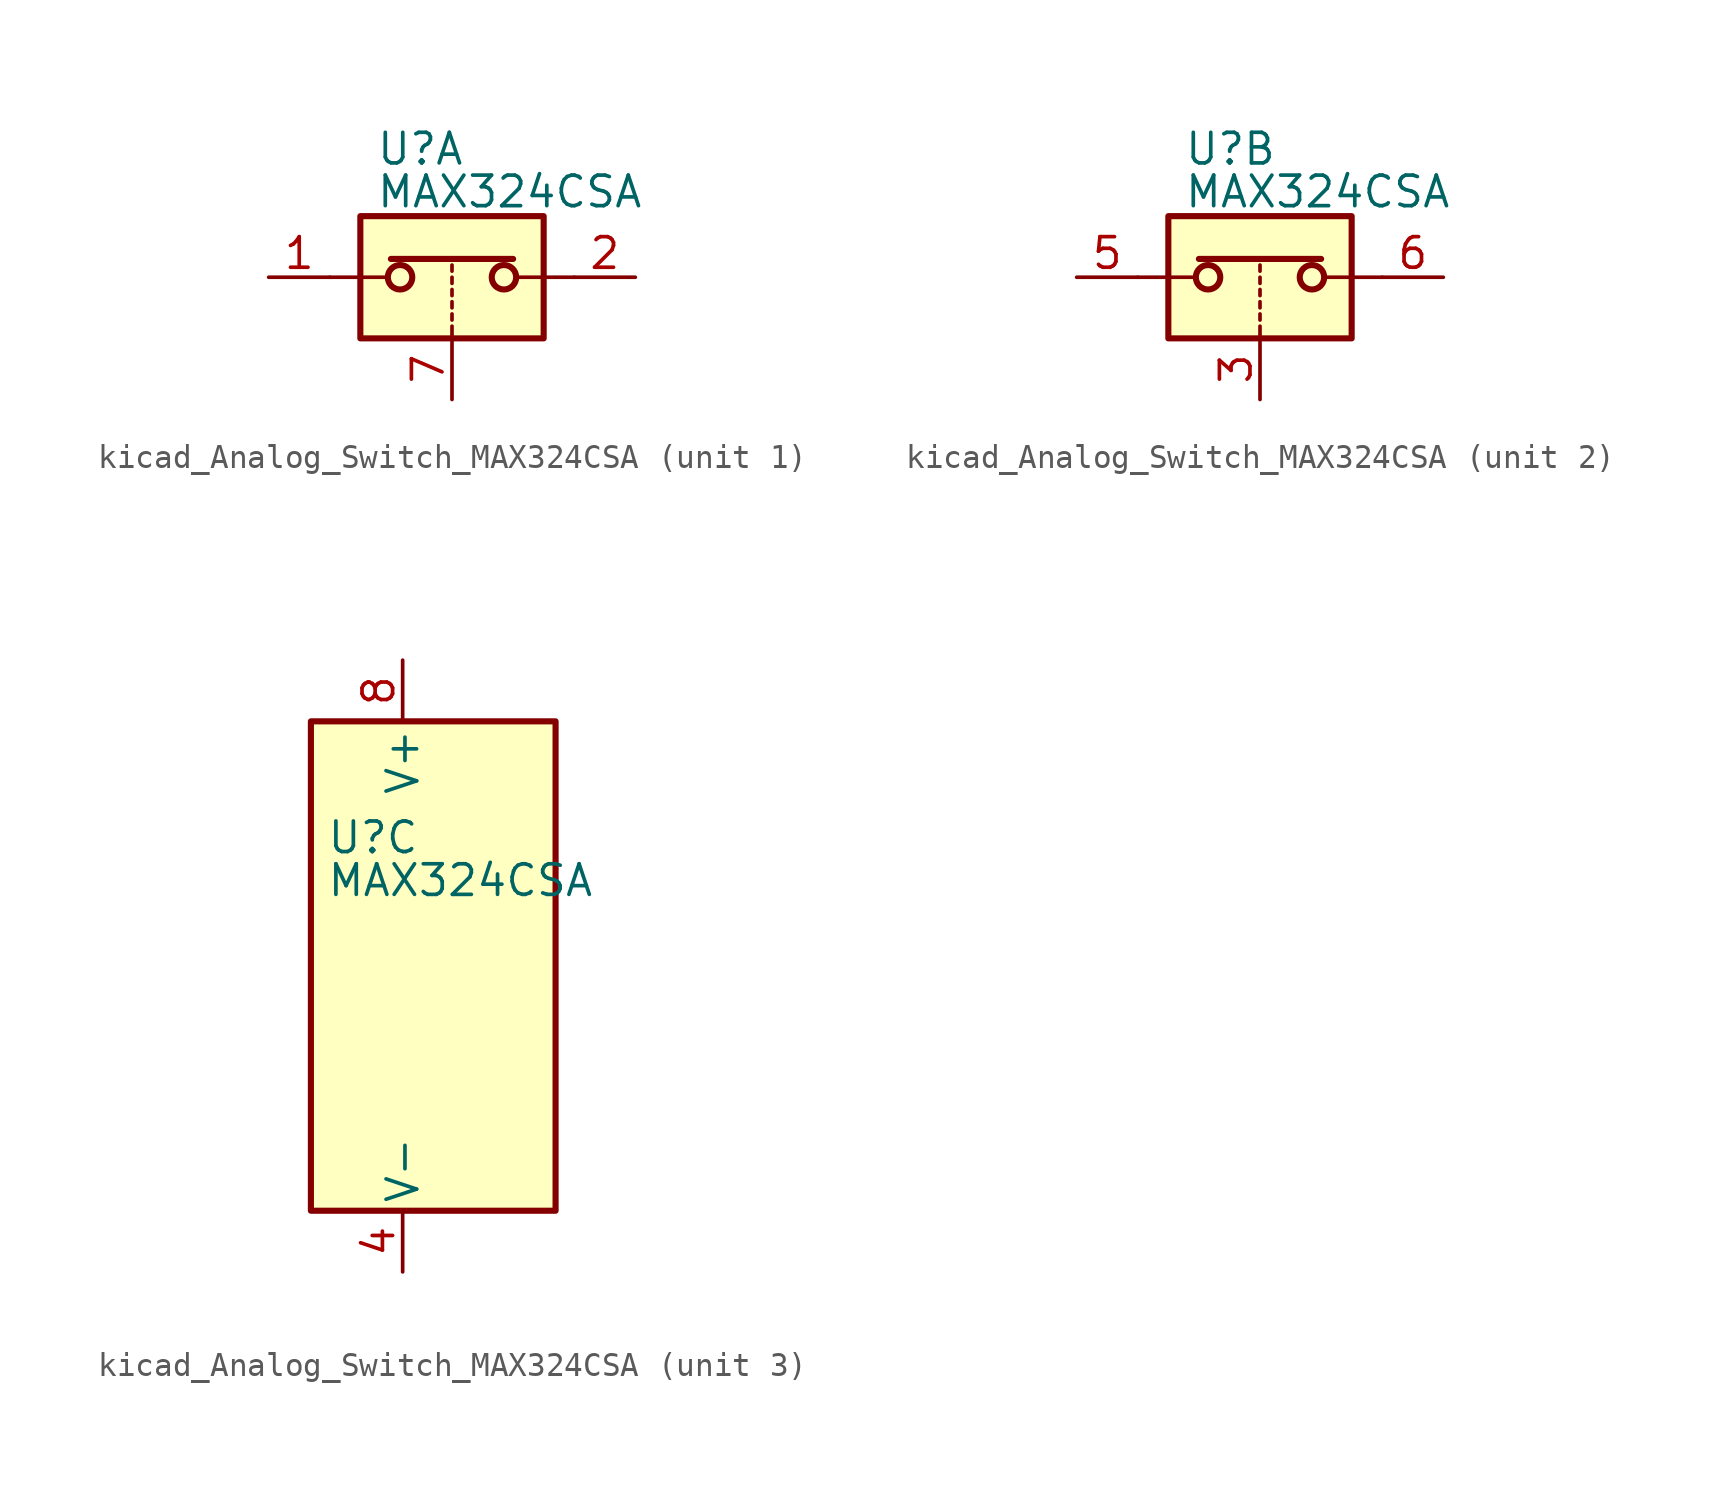
<source format=kicad_sym>
(kicad_symbol_lib
  (version 20220914)
  (generator kicad_symbol_editor)
  (symbol "kicad_Analog_Switch_MAX324CSA"
    (pin_names
      (offset 0.254))
    (property "Reference" "U"
      (at -3.175 5.334 0)
      (effects (font (size 1.27 1.27)) (justify left)))
    (property "Value" "MAX324CSA"
      (at -3.175 3.556 0)
      (effects (font (size 1.27 1.27)) (justify left)))
    (symbol "kicad_Analog_Switch_MAX324CSA_1_1"
      (rectangle (start -3.81 2.54) (end 3.81 -2.54) (stroke (width 0.254) (type default)) (fill (type background)))
      (circle (center -2.159 0) (radius 0.508) (stroke (width 0.254) (type default)) (fill (type none)))
      (polyline (pts (xy -5.08 0) (xy -2.794 0)) (stroke (width 0) (type default)) (fill (type none)))
      (polyline (pts (xy -2.54 0.762) (xy 2.54 0.762)) (stroke (width 0.254) (type default)) (fill (type none)))
      (polyline (pts (xy 0 -2.54) (xy 0 -2.032)) (stroke (width 0) (type default)) (fill (type none)))
      (polyline (pts (xy 0 -1.778) (xy 0 -1.524)) (stroke (width 0) (type default)) (fill (type none)))
      (polyline (pts (xy 0 -1.27) (xy 0 -1.016)) (stroke (width 0) (type default)) (fill (type none)))
      (polyline (pts (xy 0 -0.762) (xy 0 -0.508)) (stroke (width 0) (type default)) (fill (type none)))
      (polyline (pts (xy 0 -0.254) (xy 0 0)) (stroke (width 0) (type default)) (fill (type none)))
      (polyline (pts (xy 0 0.254) (xy 0 0.508)) (stroke (width 0) (type default)) (fill (type none)))
      (polyline (pts (xy 5.08 0) (xy 2.794 0)) (stroke (width 0) (type default)) (fill (type none)))
      (circle (center 2.159 0) (radius 0.508) (stroke (width 0.254) (type default)) (fill (type none)))
      (pin passive line (at -7.62 0 0) (length 2.54) (name "~" (effects (font (size 1.27 1.27)))) (number "1" (effects (font (size 1.27 1.27)))))
      (pin passive line (at 7.62 0 180) (length 2.54) (name "~" (effects (font (size 1.27 1.27)))) (number "2" (effects (font (size 1.27 1.27)))))
      (pin input line (at 0 -5.08 90) (length 2.54) (name "~" (effects (font (size 1.27 1.27)))) (number "7" (effects (font (size 1.27 1.27))))))
    (symbol "kicad_Analog_Switch_MAX324CSA_2_1"
      (rectangle (start -3.81 2.54) (end 3.81 -2.54) (stroke (width 0.254) (type default)) (fill (type background)))
      (circle (center -2.159 0) (radius 0.508) (stroke (width 0.254) (type default)) (fill (type none)))
      (polyline (pts (xy -5.08 0) (xy -2.794 0)) (stroke (width 0) (type default)) (fill (type none)))
      (polyline (pts (xy -2.54 0.762) (xy 2.54 0.762)) (stroke (width 0.254) (type default)) (fill (type none)))
      (polyline (pts (xy 0 -2.54) (xy 0 -2.032)) (stroke (width 0) (type default)) (fill (type none)))
      (polyline (pts (xy 0 -1.778) (xy 0 -1.524)) (stroke (width 0) (type default)) (fill (type none)))
      (polyline (pts (xy 0 -1.27) (xy 0 -1.016)) (stroke (width 0) (type default)) (fill (type none)))
      (polyline (pts (xy 0 -0.762) (xy 0 -0.508)) (stroke (width 0) (type default)) (fill (type none)))
      (polyline (pts (xy 0 -0.254) (xy 0 0)) (stroke (width 0) (type default)) (fill (type none)))
      (polyline (pts (xy 0 0.254) (xy 0 0.508)) (stroke (width 0) (type default)) (fill (type none)))
      (polyline (pts (xy 5.08 0) (xy 2.794 0)) (stroke (width 0) (type default)) (fill (type none)))
      (circle (center 2.159 0) (radius 0.508) (stroke (width 0.254) (type default)) (fill (type none)))
      (pin input line (at 0 -5.08 90) (length 2.54) (name "~" (effects (font (size 1.27 1.27)))) (number "3" (effects (font (size 1.27 1.27)))))
      (pin passive line (at -7.62 0 0) (length 2.54) (name "~" (effects (font (size 1.27 1.27)))) (number "5" (effects (font (size 1.27 1.27)))))
      (pin passive line (at 7.62 0 180) (length 2.54) (name "~" (effects (font (size 1.27 1.27)))) (number "6" (effects (font (size 1.27 1.27))))))
    (symbol "kicad_Analog_Switch_MAX324CSA_3_0"
      (pin power_in line (at 0 -12.7 90) (length 2.54) (name "V-" (effects (font (size 1.27 1.27)))) (number "4" (effects (font (size 1.27 1.27)))))
      (pin power_in line (at 0 12.7 270) (length 2.54) (name "V+" (effects (font (size 1.27 1.27)))) (number "8" (effects (font (size 1.27 1.27))))))
    (symbol "kicad_Analog_Switch_MAX324CSA_3_1"
      (rectangle (start -3.81 10.16) (end 6.35 -10.16) (stroke (width 0.254) (type default)) (fill (type background))))))
</source>
